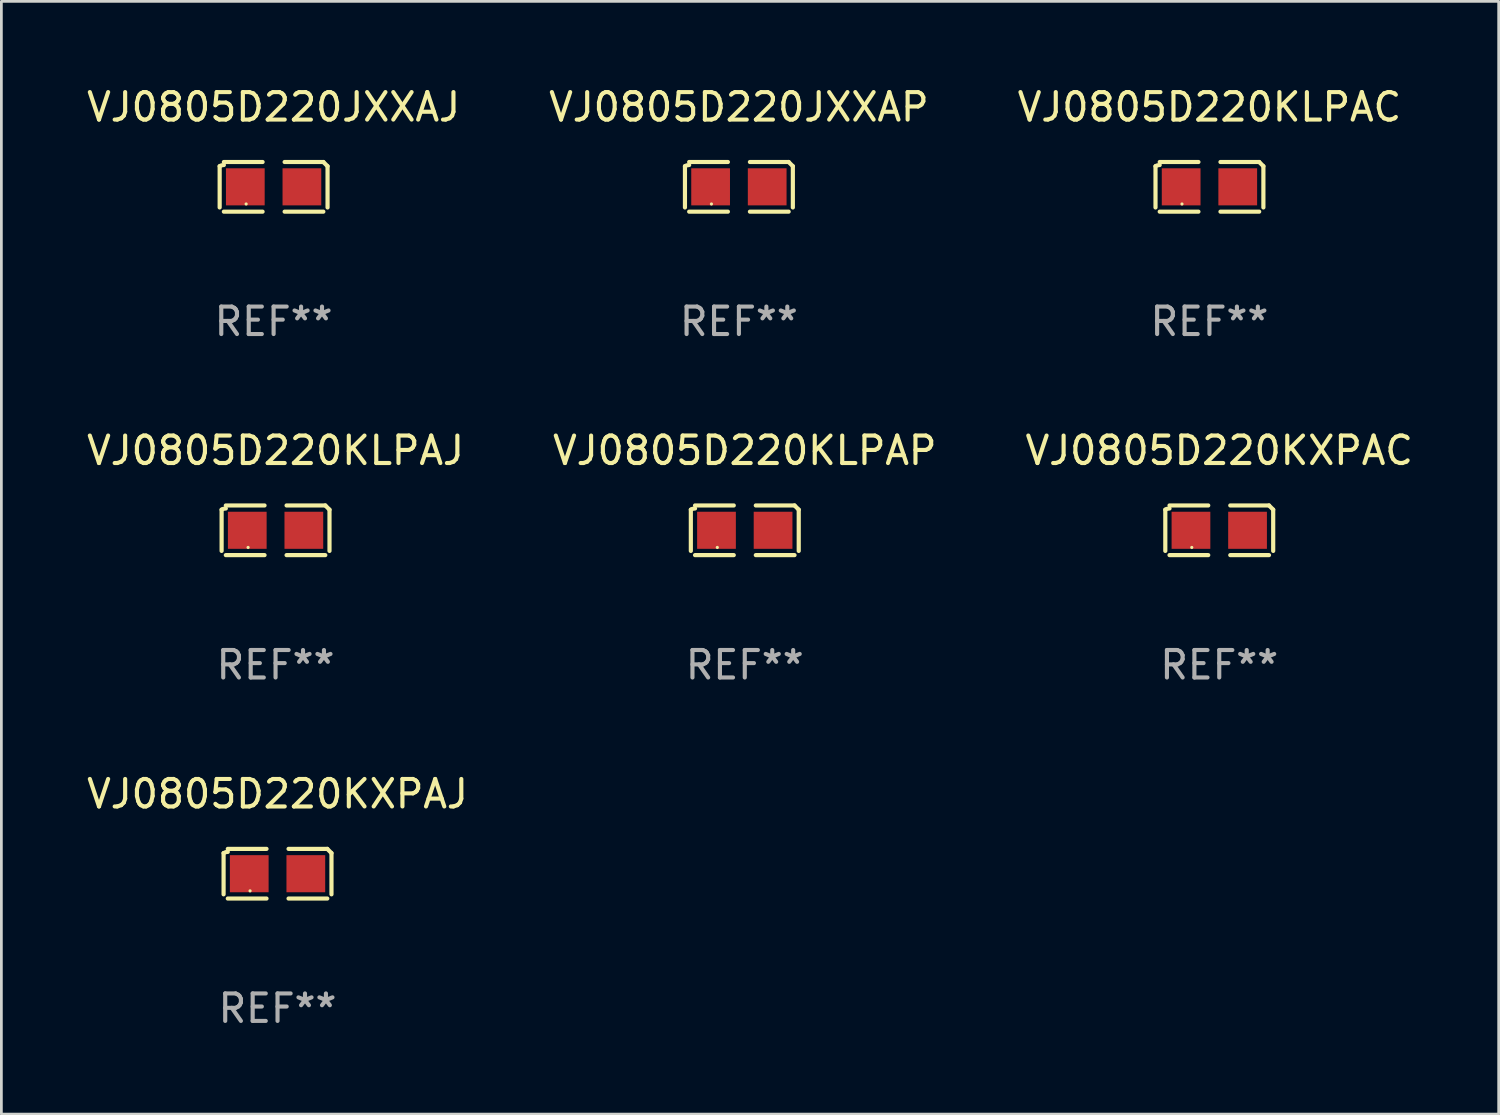
<source format=kicad_pcb>
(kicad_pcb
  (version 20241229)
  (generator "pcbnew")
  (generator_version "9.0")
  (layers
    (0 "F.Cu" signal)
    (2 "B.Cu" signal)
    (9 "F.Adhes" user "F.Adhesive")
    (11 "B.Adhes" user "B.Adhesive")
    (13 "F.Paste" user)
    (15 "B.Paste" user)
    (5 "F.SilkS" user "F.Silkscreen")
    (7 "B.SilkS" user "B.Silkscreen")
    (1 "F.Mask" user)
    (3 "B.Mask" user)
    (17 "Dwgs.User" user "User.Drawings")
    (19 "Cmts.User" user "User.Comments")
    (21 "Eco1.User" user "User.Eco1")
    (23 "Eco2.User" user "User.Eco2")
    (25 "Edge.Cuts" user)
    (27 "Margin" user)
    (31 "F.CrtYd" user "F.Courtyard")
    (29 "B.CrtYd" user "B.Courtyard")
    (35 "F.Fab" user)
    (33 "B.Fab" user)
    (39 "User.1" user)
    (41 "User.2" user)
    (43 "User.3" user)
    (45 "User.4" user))
  (footprint "VJ0805D220KLPAP"
    (layer "F.Cu")
    (at 24.065 16.256)
    (property "Reference" "VJ0805D220KLPAP" (at 0 -2.904 0) (layer "F.SilkS") (effects (font (size 1 1) (thickness 0.15))))
    (attr through_hole)
    (fp_line (start -1.964 0.751) (end -1.964 -0.751) (stroke (width 0.152) (type solid)) (layer "F.SilkS"))
    (fp_line (start -1.811 -0.904) (end -0.401 -0.904) (stroke (width 0.152) (type solid)) (layer "F.SilkS"))
    (fp_line (start -0.401 0.904) (end -1.811 0.904) (stroke (width 0.152) (type solid)) (layer "F.SilkS"))
    (fp_line (start 0.401 0.904) (end 1.811 0.904) (stroke (width 0.152) (type solid)) (layer "F.SilkS"))
    (fp_line (start 1.811 -0.904) (end 0.401 -0.904) (stroke (width 0.152) (type solid)) (layer "F.SilkS"))
    (fp_line (start 1.964 0.751) (end 1.964 -0.751) (stroke (width 0.152) (type solid)) (layer "F.SilkS"))
    (fp_arc (start -1.963602 -0.751207) (mid -1.890354 -0.783131) (end -1.811201 -0.794044) (stroke (width 0.1524) (type solid)) (layer "F.SilkS"))
    (fp_arc (start 1.811202 -0.903607) (mid 1.887413 -0.827418) (end 1.963602 -0.751207) (stroke (width 0.1524) (type solid)) (layer "F.SilkS"))
    (fp_circle (center -1 0.625) (end -0.97 0.625) (stroke (width 0.06) (type solid)) (fill no) (layer "F.SilkS"))
    (fp_text user "REF**" (at 0 4.904 0) (layer "F.Fab") (effects (font (size 1 1) (thickness 0.15))))
    (pad "1" smd rect (at -1.03 0) (size 1.41 1.35) (layers "F.Cu" "F.Mask" "F.Paste"))
    (pad "2" smd rect (at 1.03 0) (size 1.41 1.35) (layers "F.Cu" "F.Mask" "F.Paste")))
  (footprint "VJ0805D220KLPAJ"
    (layer "F.Cu")
    (at 6.982 16.256)
    (property "Reference" "VJ0805D220KLPAJ" (at 0 -2.904 0) (layer "F.SilkS") (effects (font (size 1 1) (thickness 0.15))))
    (attr through_hole)
    (fp_line (start -1.964 0.751) (end -1.964 -0.751) (stroke (width 0.152) (type solid)) (layer "F.SilkS"))
    (fp_line (start -1.811 -0.904) (end -0.401 -0.904) (stroke (width 0.152) (type solid)) (layer "F.SilkS"))
    (fp_line (start -0.401 0.904) (end -1.811 0.904) (stroke (width 0.152) (type solid)) (layer "F.SilkS"))
    (fp_line (start 0.401 0.904) (end 1.811 0.904) (stroke (width 0.152) (type solid)) (layer "F.SilkS"))
    (fp_line (start 1.811 -0.904) (end 0.401 -0.904) (stroke (width 0.152) (type solid)) (layer "F.SilkS"))
    (fp_line (start 1.964 0.751) (end 1.964 -0.751) (stroke (width 0.152) (type solid)) (layer "F.SilkS"))
    (fp_arc (start -1.963602 -0.751207) (mid -1.890354 -0.783131) (end -1.811201 -0.794044) (stroke (width 0.1524) (type solid)) (layer "F.SilkS"))
    (fp_arc (start 1.811202 -0.903607) (mid 1.887413 -0.827418) (end 1.963602 -0.751207) (stroke (width 0.1524) (type solid)) (layer "F.SilkS"))
    (fp_circle (center -1 0.625) (end -0.97 0.625) (stroke (width 0.06) (type solid)) (fill no) (layer "F.SilkS"))
    (fp_text user "REF**" (at 0 4.904 0) (layer "F.Fab") (effects (font (size 1 1) (thickness 0.15))))
    (pad "1" smd rect (at -1.03 0) (size 1.41 1.35) (layers "F.Cu" "F.Mask" "F.Paste"))
    (pad "2" smd rect (at 1.03 0) (size 1.41 1.35) (layers "F.Cu" "F.Mask" "F.Paste")))
  (footprint "VJ0805D220JXXAP"
    (layer "F.Cu")
    (at 23.851 3.752)
    (property "Reference" "VJ0805D220JXXAP" (at 0 -2.904 0) (layer "F.SilkS") (effects (font (size 1 1) (thickness 0.15))))
    (attr through_hole)
    (fp_line (start -1.964 0.751) (end -1.964 -0.751) (stroke (width 0.152) (type solid)) (layer "F.SilkS"))
    (fp_line (start -1.811 -0.904) (end -0.401 -0.904) (stroke (width 0.152) (type solid)) (layer "F.SilkS"))
    (fp_line (start -0.401 0.904) (end -1.811 0.904) (stroke (width 0.152) (type solid)) (layer "F.SilkS"))
    (fp_line (start 0.401 0.904) (end 1.811 0.904) (stroke (width 0.152) (type solid)) (layer "F.SilkS"))
    (fp_line (start 1.811 -0.904) (end 0.401 -0.904) (stroke (width 0.152) (type solid)) (layer "F.SilkS"))
    (fp_line (start 1.964 0.751) (end 1.964 -0.751) (stroke (width 0.152) (type solid)) (layer "F.SilkS"))
    (fp_arc (start -1.963602 -0.751207) (mid -1.890354 -0.783131) (end -1.811201 -0.794044) (stroke (width 0.1524) (type solid)) (layer "F.SilkS"))
    (fp_arc (start 1.811202 -0.903607) (mid 1.887413 -0.827418) (end 1.963602 -0.751207) (stroke (width 0.1524) (type solid)) (layer "F.SilkS"))
    (fp_circle (center -1 0.625) (end -0.97 0.625) (stroke (width 0.06) (type solid)) (fill no) (layer "F.SilkS"))
    (fp_text user "REF**" (at 0 4.904 0) (layer "F.Fab") (effects (font (size 1 1) (thickness 0.15))))
    (pad "1" smd rect (at -1.03 0) (size 1.41 1.35) (layers "F.Cu" "F.Mask" "F.Paste"))
    (pad "2" smd rect (at 1.03 0) (size 1.41 1.35) (layers "F.Cu" "F.Mask" "F.Paste")))
  (footprint "VJ0805D220KXPAC"
    (layer "F.Cu")
    (at 41.339 16.256)
    (property "Reference" "VJ0805D220KXPAC" (at 0 -2.904 0) (layer "F.SilkS") (effects (font (size 1 1) (thickness 0.15))))
    (attr through_hole)
    (fp_line (start -1.964 0.751) (end -1.964 -0.751) (stroke (width 0.152) (type solid)) (layer "F.SilkS"))
    (fp_line (start -1.811 -0.904) (end -0.401 -0.904) (stroke (width 0.152) (type solid)) (layer "F.SilkS"))
    (fp_line (start -0.401 0.904) (end -1.811 0.904) (stroke (width 0.152) (type solid)) (layer "F.SilkS"))
    (fp_line (start 0.401 0.904) (end 1.811 0.904) (stroke (width 0.152) (type solid)) (layer "F.SilkS"))
    (fp_line (start 1.811 -0.904) (end 0.401 -0.904) (stroke (width 0.152) (type solid)) (layer "F.SilkS"))
    (fp_line (start 1.964 0.751) (end 1.964 -0.751) (stroke (width 0.152) (type solid)) (layer "F.SilkS"))
    (fp_arc (start -1.963602 -0.751207) (mid -1.890354 -0.783131) (end -1.811201 -0.794044) (stroke (width 0.1524) (type solid)) (layer "F.SilkS"))
    (fp_arc (start 1.811202 -0.903607) (mid 1.887413 -0.827418) (end 1.963602 -0.751207) (stroke (width 0.1524) (type solid)) (layer "F.SilkS"))
    (fp_circle (center -1 0.625) (end -0.97 0.625) (stroke (width 0.06) (type solid)) (fill no) (layer "F.SilkS"))
    (fp_text user "REF**" (at 0 4.904 0) (layer "F.Fab") (effects (font (size 1 1) (thickness 0.15))))
    (pad "1" smd rect (at -1.03 0) (size 1.41 1.35) (layers "F.Cu" "F.Mask" "F.Paste"))
    (pad "2" smd rect (at 1.03 0) (size 1.41 1.35) (layers "F.Cu" "F.Mask" "F.Paste")))
  (footprint "VJ0805D220KLPAC"
    (layer "F.Cu")
    (at 40.982 3.752)
    (property "Reference" "VJ0805D220KLPAC" (at 0 -2.904 0) (layer "F.SilkS") (effects (font (size 1 1) (thickness 0.15))))
    (attr through_hole)
    (fp_line (start -1.964 0.751) (end -1.964 -0.751) (stroke (width 0.152) (type solid)) (layer "F.SilkS"))
    (fp_line (start -1.811 -0.904) (end -0.401 -0.904) (stroke (width 0.152) (type solid)) (layer "F.SilkS"))
    (fp_line (start -0.401 0.904) (end -1.811 0.904) (stroke (width 0.152) (type solid)) (layer "F.SilkS"))
    (fp_line (start 0.401 0.904) (end 1.811 0.904) (stroke (width 0.152) (type solid)) (layer "F.SilkS"))
    (fp_line (start 1.811 -0.904) (end 0.401 -0.904) (stroke (width 0.152) (type solid)) (layer "F.SilkS"))
    (fp_line (start 1.964 0.751) (end 1.964 -0.751) (stroke (width 0.152) (type solid)) (layer "F.SilkS"))
    (fp_arc (start -1.963602 -0.751207) (mid -1.890354 -0.783131) (end -1.811201 -0.794044) (stroke (width 0.1524) (type solid)) (layer "F.SilkS"))
    (fp_arc (start 1.811202 -0.903607) (mid 1.887413 -0.827418) (end 1.963602 -0.751207) (stroke (width 0.1524) (type solid)) (layer "F.SilkS"))
    (fp_circle (center -1 0.625) (end -0.97 0.625) (stroke (width 0.06) (type solid)) (fill no) (layer "F.SilkS"))
    (fp_text user "REF**" (at 0 4.904 0) (layer "F.Fab") (effects (font (size 1 1) (thickness 0.15))))
    (pad "1" smd rect (at -1.03 0) (size 1.41 1.35) (layers "F.Cu" "F.Mask" "F.Paste"))
    (pad "2" smd rect (at 1.03 0) (size 1.41 1.35) (layers "F.Cu" "F.Mask" "F.Paste")))
  (footprint "VJ0805D220KXPAJ"
    (layer "F.Cu")
    (at 7.054 28.759)
    (property "Reference" "VJ0805D220KXPAJ" (at 0 -2.904 0) (layer "F.SilkS") (effects (font (size 1 1) (thickness 0.15))))
    (attr through_hole)
    (fp_line (start -1.964 0.751) (end -1.964 -0.751) (stroke (width 0.152) (type solid)) (layer "F.SilkS"))
    (fp_line (start -1.811 -0.904) (end -0.401 -0.904) (stroke (width 0.152) (type solid)) (layer "F.SilkS"))
    (fp_line (start -0.401 0.904) (end -1.811 0.904) (stroke (width 0.152) (type solid)) (layer "F.SilkS"))
    (fp_line (start 0.401 0.904) (end 1.811 0.904) (stroke (width 0.152) (type solid)) (layer "F.SilkS"))
    (fp_line (start 1.811 -0.904) (end 0.401 -0.904) (stroke (width 0.152) (type solid)) (layer "F.SilkS"))
    (fp_line (start 1.964 0.751) (end 1.964 -0.751) (stroke (width 0.152) (type solid)) (layer "F.SilkS"))
    (fp_arc (start -1.963602 -0.751207) (mid -1.890354 -0.783131) (end -1.811201 -0.794044) (stroke (width 0.1524) (type solid)) (layer "F.SilkS"))
    (fp_arc (start 1.811202 -0.903607) (mid 1.887413 -0.827418) (end 1.963602 -0.751207) (stroke (width 0.1524) (type solid)) (layer "F.SilkS"))
    (fp_circle (center -1 0.625) (end -0.97 0.625) (stroke (width 0.06) (type solid)) (fill no) (layer "F.SilkS"))
    (fp_text user "REF**" (at 0 4.904 0) (layer "F.Fab") (effects (font (size 1 1) (thickness 0.15))))
    (pad "1" smd rect (at -1.03 0) (size 1.41 1.35) (layers "F.Cu" "F.Mask" "F.Paste"))
    (pad "2" smd rect (at 1.03 0) (size 1.41 1.35) (layers "F.Cu" "F.Mask" "F.Paste")))
  (footprint "VJ0805D220JXXAJ"
    (layer "F.Cu")
    (at 6.911 3.752)
    (property "Reference" "VJ0805D220JXXAJ" (at 0 -2.904 0) (layer "F.SilkS") (effects (font (size 1 1) (thickness 0.15))))
    (attr through_hole)
    (fp_line (start -1.964 0.751) (end -1.964 -0.751) (stroke (width 0.152) (type solid)) (layer "F.SilkS"))
    (fp_line (start -1.811 -0.904) (end -0.401 -0.904) (stroke (width 0.152) (type solid)) (layer "F.SilkS"))
    (fp_line (start -0.401 0.904) (end -1.811 0.904) (stroke (width 0.152) (type solid)) (layer "F.SilkS"))
    (fp_line (start 0.401 0.904) (end 1.811 0.904) (stroke (width 0.152) (type solid)) (layer "F.SilkS"))
    (fp_line (start 1.811 -0.904) (end 0.401 -0.904) (stroke (width 0.152) (type solid)) (layer "F.SilkS"))
    (fp_line (start 1.964 0.751) (end 1.964 -0.751) (stroke (width 0.152) (type solid)) (layer "F.SilkS"))
    (fp_arc (start -1.963602 -0.751207) (mid -1.890354 -0.783131) (end -1.811201 -0.794044) (stroke (width 0.1524) (type solid)) (layer "F.SilkS"))
    (fp_arc (start 1.811202 -0.903607) (mid 1.887413 -0.827418) (end 1.963602 -0.751207) (stroke (width 0.1524) (type solid)) (layer "F.SilkS"))
    (fp_circle (center -1 0.625) (end -0.97 0.625) (stroke (width 0.06) (type solid)) (fill no) (layer "F.SilkS"))
    (fp_text user "REF**" (at 0 4.904 0) (layer "F.Fab") (effects (font (size 1 1) (thickness 0.15))))
    (pad "1" smd rect (at -1.03 0) (size 1.41 1.35) (layers "F.Cu" "F.Mask" "F.Paste"))
    (pad "2" smd rect (at 1.03 0) (size 1.41 1.35) (layers "F.Cu" "F.Mask" "F.Paste")))
  (gr_rect
    (start -3 -3)
    (end 51.512 37.511)
    (stroke (width 0.1) (type default))
    (fill no)
    (layer "Edge.Cuts")))
</source>
